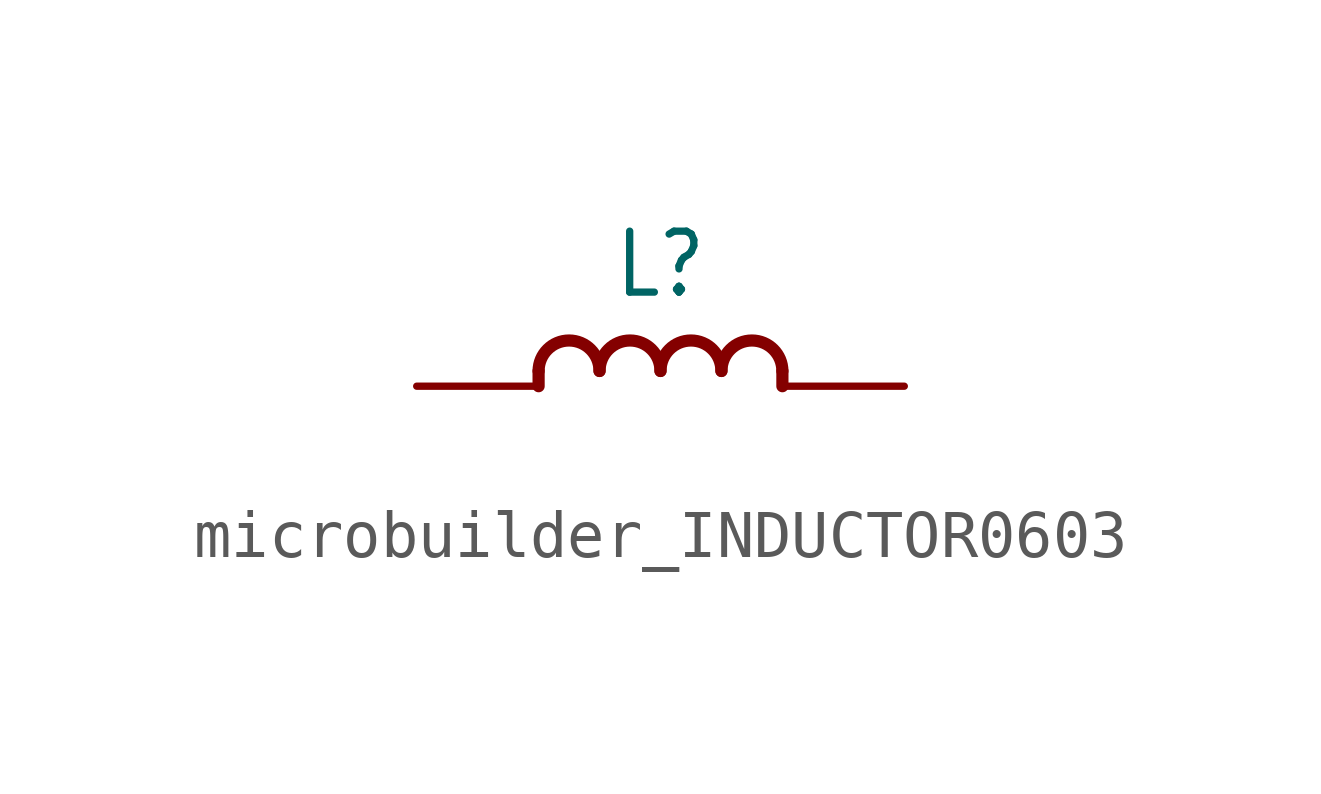
<source format=kicad_sym>
(kicad_symbol_lib
  (version 20241209)
  (generator "kicad_symbol_editor")
  (generator_version "9.0")
  (symbol "microbuilder_INDUCTOR0603"
    (property "Reference" "L"
      (at 0 2.54 0)
      (effects (font (size 1.27 1.079))))
    (property "Value" ""
      (at 0 -1.54 0)
      (effects (font (size 1.27 1.079))))
    (property "ki_locked" ""
      (at 0 0 0)
      (effects (font (size 1.27 1.27))))
    (symbol "microbuilder_INDUCTOR0603_1_0"
      (polyline (pts (xy -2.54 0.318) (xy -2.54 0)) (stroke (width 0.254) (type solid)) (fill (type none)))
      (arc (start -2.54 0.3175) (mid -1.9049 0.9524) (end -1.27 0.3173) (stroke (width 0.254) (type solid)) (fill (type none)))
      (arc (start -1.27 0.3175) (mid -0.6349 0.9524) (end 0 0.3173) (stroke (width 0.254) (type solid)) (fill (type none)))
      (arc (start 0 0.3175) (mid 0.6351 0.9524) (end 1.27 0.3173) (stroke (width 0.254) (type solid)) (fill (type none)))
      (arc (start 1.27 0.3175) (mid 1.9051 0.9524) (end 2.54 0.3173) (stroke (width 0.254) (type solid)) (fill (type none)))
      (polyline (pts (xy 2.54 0.318) (xy 2.54 0)) (stroke (width 0.254) (type solid)) (fill (type none)))
      (pin passive line (at -5.08 0 0) (length 2.54) (name "1" (effects (font (size 0 0)))) (number "1" (effects (font (size 0 0)))))
      (pin passive line (at 5.08 0 180) (length 2.54) (name "2" (effects (font (size 0 0)))) (number "2" (effects (font (size 0 0))))))))
</source>
